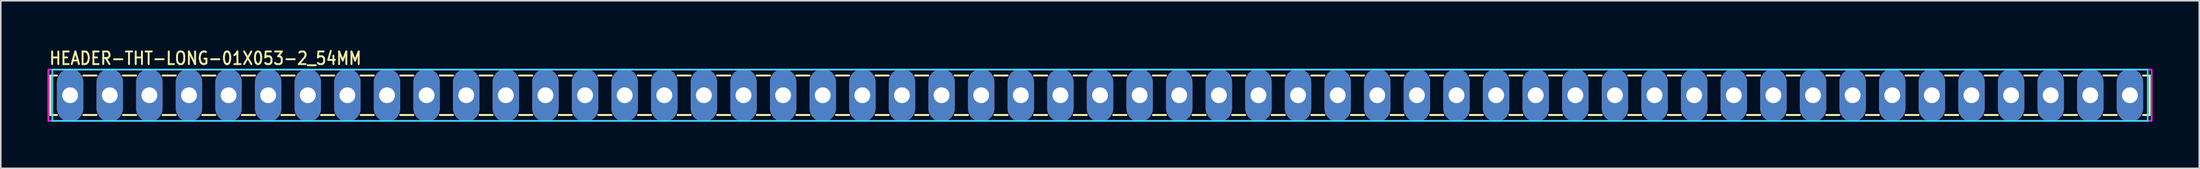
<source format=kicad_pcb>
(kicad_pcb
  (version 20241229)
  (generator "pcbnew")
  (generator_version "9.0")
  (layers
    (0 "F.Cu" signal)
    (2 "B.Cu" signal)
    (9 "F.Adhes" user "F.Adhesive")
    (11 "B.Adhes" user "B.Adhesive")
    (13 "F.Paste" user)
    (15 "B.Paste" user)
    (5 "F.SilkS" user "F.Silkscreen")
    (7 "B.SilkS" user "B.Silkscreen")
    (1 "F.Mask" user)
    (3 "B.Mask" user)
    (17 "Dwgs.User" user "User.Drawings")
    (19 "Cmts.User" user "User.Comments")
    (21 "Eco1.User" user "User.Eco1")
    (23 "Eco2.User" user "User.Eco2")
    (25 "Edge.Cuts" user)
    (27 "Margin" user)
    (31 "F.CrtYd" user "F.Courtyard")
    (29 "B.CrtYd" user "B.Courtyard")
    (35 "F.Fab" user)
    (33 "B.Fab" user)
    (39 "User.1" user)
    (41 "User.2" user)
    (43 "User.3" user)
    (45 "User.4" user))
  (footprint "HEADER-THT-LONG-01X053-2_54MM"
    (layer "F.Cu")
    (at 1.447 3.079)
    (property "Reference" "HEADER-THT-LONG-01X053-2_54MM" (at -1.4 -1.9 0) (unlocked yes) (layer "F.SilkS") (effects (font (size 0.813 0.695) (thickness 0.122)) (justify left bottom)))
    (fp_line (start -1.27 -1.27) (end -1.27 1.27) (stroke (width 0.127) (type solid)) (layer "F.SilkS"))
    (fp_line (start -1.27 1.27) (end -0.85 1.27) (stroke (width 0.127) (type solid)) (layer "F.SilkS"))
    (fp_line (start -0.85 -1.27) (end -1.27 -1.27) (stroke (width 0.127) (type solid)) (layer "F.SilkS"))
    (fp_line (start 0.85 -1.27) (end 1.69 -1.27) (stroke (width 0.127) (type solid)) (layer "F.SilkS"))
    (fp_line (start 0.85 1.27) (end 1.69 1.27) (stroke (width 0.127) (type solid)) (layer "F.SilkS"))
    (fp_line (start 3.39 -1.27) (end 4.23 -1.27) (stroke (width 0.127) (type solid)) (layer "F.SilkS"))
    (fp_line (start 3.39 1.27) (end 4.23 1.27) (stroke (width 0.127) (type solid)) (layer "F.SilkS"))
    (fp_line (start 5.93 -1.27) (end 6.77 -1.27) (stroke (width 0.127) (type solid)) (layer "F.SilkS"))
    (fp_line (start 5.93 1.27) (end 6.77 1.27) (stroke (width 0.127) (type solid)) (layer "F.SilkS"))
    (fp_line (start 8.47 -1.27) (end 9.31 -1.27) (stroke (width 0.127) (type solid)) (layer "F.SilkS"))
    (fp_line (start 8.47 1.27) (end 9.31 1.27) (stroke (width 0.127) (type solid)) (layer "F.SilkS"))
    (fp_line (start 11.01 -1.27) (end 11.85 -1.27) (stroke (width 0.127) (type solid)) (layer "F.SilkS"))
    (fp_line (start 11.01 1.27) (end 11.85 1.27) (stroke (width 0.127) (type solid)) (layer "F.SilkS"))
    (fp_line (start 13.55 -1.27) (end 14.39 -1.27) (stroke (width 0.127) (type solid)) (layer "F.SilkS"))
    (fp_line (start 13.55 1.27) (end 14.39 1.27) (stroke (width 0.127) (type solid)) (layer "F.SilkS"))
    (fp_line (start 16.09 -1.27) (end 16.93 -1.27) (stroke (width 0.127) (type solid)) (layer "F.SilkS"))
    (fp_line (start 16.09 1.27) (end 16.93 1.27) (stroke (width 0.127) (type solid)) (layer "F.SilkS"))
    (fp_line (start 18.63 -1.27) (end 19.47 -1.27) (stroke (width 0.127) (type solid)) (layer "F.SilkS"))
    (fp_line (start 18.63 1.27) (end 19.47 1.27) (stroke (width 0.127) (type solid)) (layer "F.SilkS"))
    (fp_line (start 21.17 -1.27) (end 22.01 -1.27) (stroke (width 0.127) (type solid)) (layer "F.SilkS"))
    (fp_line (start 21.17 1.27) (end 22.01 1.27) (stroke (width 0.127) (type solid)) (layer "F.SilkS"))
    (fp_line (start 23.71 -1.27) (end 24.55 -1.27) (stroke (width 0.127) (type solid)) (layer "F.SilkS"))
    (fp_line (start 23.71 1.27) (end 24.55 1.27) (stroke (width 0.127) (type solid)) (layer "F.SilkS"))
    (fp_line (start 26.25 -1.27) (end 27.09 -1.27) (stroke (width 0.127) (type solid)) (layer "F.SilkS"))
    (fp_line (start 26.25 1.27) (end 27.09 1.27) (stroke (width 0.127) (type solid)) (layer "F.SilkS"))
    (fp_line (start 28.79 -1.27) (end 29.63 -1.27) (stroke (width 0.127) (type solid)) (layer "F.SilkS"))
    (fp_line (start 28.79 1.27) (end 29.63 1.27) (stroke (width 0.127) (type solid)) (layer "F.SilkS"))
    (fp_line (start 31.33 -1.27) (end 32.17 -1.27) (stroke (width 0.127) (type solid)) (layer "F.SilkS"))
    (fp_line (start 31.33 1.27) (end 32.17 1.27) (stroke (width 0.127) (type solid)) (layer "F.SilkS"))
    (fp_line (start 33.87 -1.27) (end 34.71 -1.27) (stroke (width 0.127) (type solid)) (layer "F.SilkS"))
    (fp_line (start 33.87 1.27) (end 34.71 1.27) (stroke (width 0.127) (type solid)) (layer "F.SilkS"))
    (fp_line (start 36.41 -1.27) (end 37.25 -1.27) (stroke (width 0.127) (type solid)) (layer "F.SilkS"))
    (fp_line (start 36.41 1.27) (end 37.25 1.27) (stroke (width 0.127) (type solid)) (layer "F.SilkS"))
    (fp_line (start 38.95 -1.27) (end 39.79 -1.27) (stroke (width 0.127) (type solid)) (layer "F.SilkS"))
    (fp_line (start 38.95 1.27) (end 39.79 1.27) (stroke (width 0.127) (type solid)) (layer "F.SilkS"))
    (fp_line (start 41.49 -1.27) (end 42.33 -1.27) (stroke (width 0.127) (type solid)) (layer "F.SilkS"))
    (fp_line (start 41.49 1.27) (end 42.33 1.27) (stroke (width 0.127) (type solid)) (layer "F.SilkS"))
    (fp_line (start 44.03 -1.27) (end 44.87 -1.27) (stroke (width 0.127) (type solid)) (layer "F.SilkS"))
    (fp_line (start 44.03 1.27) (end 44.87 1.27) (stroke (width 0.127) (type solid)) (layer "F.SilkS"))
    (fp_line (start 46.57 -1.27) (end 47.41 -1.27) (stroke (width 0.127) (type solid)) (layer "F.SilkS"))
    (fp_line (start 46.57 1.27) (end 47.41 1.27) (stroke (width 0.127) (type solid)) (layer "F.SilkS"))
    (fp_line (start 49.11 -1.27) (end 49.95 -1.27) (stroke (width 0.127) (type solid)) (layer "F.SilkS"))
    (fp_line (start 49.11 1.27) (end 49.95 1.27) (stroke (width 0.127) (type solid)) (layer "F.SilkS"))
    (fp_line (start 51.65 -1.27) (end 52.49 -1.27) (stroke (width 0.127) (type solid)) (layer "F.SilkS"))
    (fp_line (start 51.65 1.27) (end 52.49 1.27) (stroke (width 0.127) (type solid)) (layer "F.SilkS"))
    (fp_line (start 54.19 -1.27) (end 55.03 -1.27) (stroke (width 0.127) (type solid)) (layer "F.SilkS"))
    (fp_line (start 54.19 1.27) (end 55.03 1.27) (stroke (width 0.127) (type solid)) (layer "F.SilkS"))
    (fp_line (start 56.73 -1.27) (end 57.57 -1.27) (stroke (width 0.127) (type solid)) (layer "F.SilkS"))
    (fp_line (start 56.73 1.27) (end 57.57 1.27) (stroke (width 0.127) (type solid)) (layer "F.SilkS"))
    (fp_line (start 59.27 -1.27) (end 60.11 -1.27) (stroke (width 0.127) (type solid)) (layer "F.SilkS"))
    (fp_line (start 59.27 1.27) (end 60.11 1.27) (stroke (width 0.127) (type solid)) (layer "F.SilkS"))
    (fp_line (start 61.81 -1.27) (end 62.65 -1.27) (stroke (width 0.127) (type solid)) (layer "F.SilkS"))
    (fp_line (start 61.81 1.27) (end 62.65 1.27) (stroke (width 0.127) (type solid)) (layer "F.SilkS"))
    (fp_line (start 64.35 -1.27) (end 65.19 -1.27) (stroke (width 0.127) (type solid)) (layer "F.SilkS"))
    (fp_line (start 64.35 1.27) (end 65.19 1.27) (stroke (width 0.127) (type solid)) (layer "F.SilkS"))
    (fp_line (start 66.89 -1.27) (end 67.73 -1.27) (stroke (width 0.127) (type solid)) (layer "F.SilkS"))
    (fp_line (start 66.89 1.27) (end 67.73 1.27) (stroke (width 0.127) (type solid)) (layer "F.SilkS"))
    (fp_line (start 69.43 -1.27) (end 70.27 -1.27) (stroke (width 0.127) (type solid)) (layer "F.SilkS"))
    (fp_line (start 69.43 1.27) (end 70.27 1.27) (stroke (width 0.127) (type solid)) (layer "F.SilkS"))
    (fp_line (start 71.97 -1.27) (end 72.81 -1.27) (stroke (width 0.127) (type solid)) (layer "F.SilkS"))
    (fp_line (start 71.97 1.27) (end 72.81 1.27) (stroke (width 0.127) (type solid)) (layer "F.SilkS"))
    (fp_line (start 74.51 -1.27) (end 75.35 -1.27) (stroke (width 0.127) (type solid)) (layer "F.SilkS"))
    (fp_line (start 74.51 1.27) (end 75.35 1.27) (stroke (width 0.127) (type solid)) (layer "F.SilkS"))
    (fp_line (start 77.05 -1.27) (end 77.89 -1.27) (stroke (width 0.127) (type solid)) (layer "F.SilkS"))
    (fp_line (start 77.05 1.27) (end 77.89 1.27) (stroke (width 0.127) (type solid)) (layer "F.SilkS"))
    (fp_line (start 79.59 -1.27) (end 80.43 -1.27) (stroke (width 0.127) (type solid)) (layer "F.SilkS"))
    (fp_line (start 79.59 1.27) (end 80.43 1.27) (stroke (width 0.127) (type solid)) (layer "F.SilkS"))
    (fp_line (start 82.13 -1.27) (end 82.97 -1.27) (stroke (width 0.127) (type solid)) (layer "F.SilkS"))
    (fp_line (start 82.13 1.27) (end 82.97 1.27) (stroke (width 0.127) (type solid)) (layer "F.SilkS"))
    (fp_line (start 84.67 -1.27) (end 85.51 -1.27) (stroke (width 0.127) (type solid)) (layer "F.SilkS"))
    (fp_line (start 84.67 1.27) (end 85.51 1.27) (stroke (width 0.127) (type solid)) (layer "F.SilkS"))
    (fp_line (start 87.21 -1.27) (end 88.05 -1.27) (stroke (width 0.127) (type solid)) (layer "F.SilkS"))
    (fp_line (start 87.21 1.27) (end 88.05 1.27) (stroke (width 0.127) (type solid)) (layer "F.SilkS"))
    (fp_line (start 89.75 -1.27) (end 90.59 -1.27) (stroke (width 0.127) (type solid)) (layer "F.SilkS"))
    (fp_line (start 89.75 1.27) (end 90.59 1.27) (stroke (width 0.127) (type solid)) (layer "F.SilkS"))
    (fp_line (start 92.29 -1.27) (end 93.13 -1.27) (stroke (width 0.127) (type solid)) (layer "F.SilkS"))
    (fp_line (start 92.29 1.27) (end 93.13 1.27) (stroke (width 0.127) (type solid)) (layer "F.SilkS"))
    (fp_line (start 94.83 -1.27) (end 95.67 -1.27) (stroke (width 0.127) (type solid)) (layer "F.SilkS"))
    (fp_line (start 94.83 1.27) (end 95.67 1.27) (stroke (width 0.127) (type solid)) (layer "F.SilkS"))
    (fp_line (start 97.37 -1.27) (end 98.21 -1.27) (stroke (width 0.127) (type solid)) (layer "F.SilkS"))
    (fp_line (start 97.37 1.27) (end 98.21 1.27) (stroke (width 0.127) (type solid)) (layer "F.SilkS"))
    (fp_line (start 99.91 -1.27) (end 100.75 -1.27) (stroke (width 0.127) (type solid)) (layer "F.SilkS"))
    (fp_line (start 99.91 1.27) (end 100.75 1.27) (stroke (width 0.127) (type solid)) (layer "F.SilkS"))
    (fp_line (start 102.45 -1.27) (end 103.29 -1.27) (stroke (width 0.127) (type solid)) (layer "F.SilkS"))
    (fp_line (start 102.45 1.27) (end 103.29 1.27) (stroke (width 0.127) (type solid)) (layer "F.SilkS"))
    (fp_line (start 104.99 -1.27) (end 105.83 -1.27) (stroke (width 0.127) (type solid)) (layer "F.SilkS"))
    (fp_line (start 104.99 1.27) (end 105.83 1.27) (stroke (width 0.127) (type solid)) (layer "F.SilkS"))
    (fp_line (start 107.53 -1.27) (end 108.37 -1.27) (stroke (width 0.127) (type solid)) (layer "F.SilkS"))
    (fp_line (start 107.53 1.27) (end 108.37 1.27) (stroke (width 0.127) (type solid)) (layer "F.SilkS"))
    (fp_line (start 110.07 -1.27) (end 110.91 -1.27) (stroke (width 0.127) (type solid)) (layer "F.SilkS"))
    (fp_line (start 110.07 1.27) (end 110.91 1.27) (stroke (width 0.127) (type solid)) (layer "F.SilkS"))
    (fp_line (start 112.61 -1.27) (end 113.45 -1.27) (stroke (width 0.127) (type solid)) (layer "F.SilkS"))
    (fp_line (start 112.61 1.27) (end 113.45 1.27) (stroke (width 0.127) (type solid)) (layer "F.SilkS"))
    (fp_line (start 115.15 -1.27) (end 115.99 -1.27) (stroke (width 0.127) (type solid)) (layer "F.SilkS"))
    (fp_line (start 115.15 1.27) (end 115.99 1.27) (stroke (width 0.127) (type solid)) (layer "F.SilkS"))
    (fp_line (start 117.69 -1.27) (end 118.53 -1.27) (stroke (width 0.127) (type solid)) (layer "F.SilkS"))
    (fp_line (start 117.69 1.27) (end 118.53 1.27) (stroke (width 0.127) (type solid)) (layer "F.SilkS"))
    (fp_line (start 120.23 -1.27) (end 121.07 -1.27) (stroke (width 0.127) (type solid)) (layer "F.SilkS"))
    (fp_line (start 120.23 1.27) (end 121.07 1.27) (stroke (width 0.127) (type solid)) (layer "F.SilkS"))
    (fp_line (start 122.77 -1.27) (end 123.61 -1.27) (stroke (width 0.127) (type solid)) (layer "F.SilkS"))
    (fp_line (start 122.77 1.27) (end 123.61 1.27) (stroke (width 0.127) (type solid)) (layer "F.SilkS"))
    (fp_line (start 125.31 -1.27) (end 126.15 -1.27) (stroke (width 0.127) (type solid)) (layer "F.SilkS"))
    (fp_line (start 125.31 1.27) (end 126.15 1.27) (stroke (width 0.127) (type solid)) (layer "F.SilkS"))
    (fp_line (start 127.85 -1.27) (end 128.69 -1.27) (stroke (width 0.127) (type solid)) (layer "F.SilkS"))
    (fp_line (start 127.85 1.27) (end 128.69 1.27) (stroke (width 0.127) (type solid)) (layer "F.SilkS"))
    (fp_line (start 130.39 -1.27) (end 131.23 -1.27) (stroke (width 0.127) (type solid)) (layer "F.SilkS"))
    (fp_line (start 130.39 1.27) (end 131.23 1.27) (stroke (width 0.127) (type solid)) (layer "F.SilkS"))
    (fp_line (start 132.93 -1.27) (end 133.35 -1.27) (stroke (width 0.127) (type solid)) (layer "F.SilkS"))
    (fp_line (start 133.35 -1.27) (end 133.35 1.27) (stroke (width 0.127) (type solid)) (layer "F.SilkS"))
    (fp_line (start 133.35 1.27) (end 132.93 1.27) (stroke (width 0.127) (type solid)) (layer "F.SilkS"))
    (fp_poly (pts (xy -1.143 -1.651) (xy 133.223 -1.651) (xy 133.223 1.651) (xy -1.143 1.651)) (stroke (width 0.1) (type solid)) (fill no) (layer "B.CrtYd"))
    (fp_poly (pts (xy -1.397 -1.651) (xy 133.477 -1.651) (xy 133.477 1.651) (xy -1.397 1.651)) (stroke (width 0.1) (type solid)) (fill no) (layer "F.CrtYd"))
    (pad "P$1" thru_hole oval (at 0 0 90) (size 3.387 1.693) (drill 1.016) (layers "*.Cu" "*.Mask"))
    (pad "P$2" thru_hole oval (at 2.54 0 90) (size 3.387 1.693) (drill 1.016) (layers "*.Cu" "*.Mask"))
    (pad "P$3" thru_hole oval (at 5.08 0 90) (size 3.387 1.693) (drill 1.016) (layers "*.Cu" "*.Mask"))
    (pad "P$4" thru_hole oval (at 7.62 0 90) (size 3.387 1.693) (drill 1.016) (layers "*.Cu" "*.Mask"))
    (pad "P$5" thru_hole oval (at 10.16 0 90) (size 3.387 1.693) (drill 1.016) (layers "*.Cu" "*.Mask"))
    (pad "P$6" thru_hole oval (at 12.7 0 90) (size 3.387 1.693) (drill 1.016) (layers "*.Cu" "*.Mask"))
    (pad "P$7" thru_hole oval (at 15.24 0 90) (size 3.387 1.693) (drill 1.016) (layers "*.Cu" "*.Mask"))
    (pad "P$8" thru_hole oval (at 17.78 0 90) (size 3.387 1.693) (drill 1.016) (layers "*.Cu" "*.Mask"))
    (pad "P$9" thru_hole oval (at 20.32 0 90) (size 3.387 1.693) (drill 1.016) (layers "*.Cu" "*.Mask"))
    (pad "P$10" thru_hole oval (at 22.86 0 90) (size 3.387 1.693) (drill 1.016) (layers "*.Cu" "*.Mask"))
    (pad "P$11" thru_hole oval (at 25.4 0 90) (size 3.387 1.693) (drill 1.016) (layers "*.Cu" "*.Mask"))
    (pad "P$12" thru_hole oval (at 27.94 0 90) (size 3.387 1.693) (drill 1.016) (layers "*.Cu" "*.Mask"))
    (pad "P$13" thru_hole oval (at 30.48 0 90) (size 3.387 1.693) (drill 1.016) (layers "*.Cu" "*.Mask"))
    (pad "P$14" thru_hole oval (at 33.02 0 90) (size 3.387 1.693) (drill 1.016) (layers "*.Cu" "*.Mask"))
    (pad "P$15" thru_hole oval (at 35.56 0 90) (size 3.387 1.693) (drill 1.016) (layers "*.Cu" "*.Mask"))
    (pad "P$16" thru_hole oval (at 38.1 0 90) (size 3.387 1.693) (drill 1.016) (layers "*.Cu" "*.Mask"))
    (pad "P$17" thru_hole oval (at 40.64 0 90) (size 3.387 1.693) (drill 1.016) (layers "*.Cu" "*.Mask"))
    (pad "P$18" thru_hole oval (at 43.18 0 90) (size 3.387 1.693) (drill 1.016) (layers "*.Cu" "*.Mask"))
    (pad "P$19" thru_hole oval (at 45.72 0 90) (size 3.387 1.693) (drill 1.016) (layers "*.Cu" "*.Mask"))
    (pad "P$20" thru_hole oval (at 48.26 0 90) (size 3.387 1.693) (drill 1.016) (layers "*.Cu" "*.Mask"))
    (pad "P$21" thru_hole oval (at 50.8 0 90) (size 3.387 1.693) (drill 1.016) (layers "*.Cu" "*.Mask"))
    (pad "P$22" thru_hole oval (at 53.34 0 90) (size 3.387 1.693) (drill 1.016) (layers "*.Cu" "*.Mask"))
    (pad "P$23" thru_hole oval (at 55.88 0 90) (size 3.387 1.693) (drill 1.016) (layers "*.Cu" "*.Mask"))
    (pad "P$24" thru_hole oval (at 58.42 0 90) (size 3.387 1.693) (drill 1.016) (layers "*.Cu" "*.Mask"))
    (pad "P$25" thru_hole oval (at 60.96 0 90) (size 3.387 1.693) (drill 1.016) (layers "*.Cu" "*.Mask"))
    (pad "P$26" thru_hole oval (at 63.5 0 90) (size 3.387 1.693) (drill 1.016) (layers "*.Cu" "*.Mask"))
    (pad "P$27" thru_hole oval (at 66.04 0 90) (size 3.387 1.693) (drill 1.016) (layers "*.Cu" "*.Mask"))
    (pad "P$28" thru_hole oval (at 68.58 0 90) (size 3.387 1.693) (drill 1.016) (layers "*.Cu" "*.Mask"))
    (pad "P$29" thru_hole oval (at 71.12 0 90) (size 3.387 1.693) (drill 1.016) (layers "*.Cu" "*.Mask"))
    (pad "P$30" thru_hole oval (at 73.66 0 90) (size 3.387 1.693) (drill 1.016) (layers "*.Cu" "*.Mask"))
    (pad "P$31" thru_hole oval (at 76.2 0 90) (size 3.387 1.693) (drill 1.016) (layers "*.Cu" "*.Mask"))
    (pad "P$32" thru_hole oval (at 78.74 0 90) (size 3.387 1.693) (drill 1.016) (layers "*.Cu" "*.Mask"))
    (pad "P$33" thru_hole oval (at 81.28 0 90) (size 3.387 1.693) (drill 1.016) (layers "*.Cu" "*.Mask"))
    (pad "P$34" thru_hole oval (at 83.82 0 90) (size 3.387 1.693) (drill 1.016) (layers "*.Cu" "*.Mask"))
    (pad "P$35" thru_hole oval (at 86.36 0 90) (size 3.387 1.693) (drill 1.016) (layers "*.Cu" "*.Mask"))
    (pad "P$36" thru_hole oval (at 88.9 0 90) (size 3.387 1.693) (drill 1.016) (layers "*.Cu" "*.Mask"))
    (pad "P$37" thru_hole oval (at 91.44 0 90) (size 3.387 1.693) (drill 1.016) (layers "*.Cu" "*.Mask"))
    (pad "P$38" thru_hole oval (at 93.98 0 90) (size 3.387 1.693) (drill 1.016) (layers "*.Cu" "*.Mask"))
    (pad "P$39" thru_hole oval (at 96.52 0 90) (size 3.387 1.693) (drill 1.016) (layers "*.Cu" "*.Mask"))
    (pad "P$40" thru_hole oval (at 99.06 0 90) (size 3.387 1.693) (drill 1.016) (layers "*.Cu" "*.Mask"))
    (pad "P$41" thru_hole oval (at 101.6 0 90) (size 3.387 1.693) (drill 1.016) (layers "*.Cu" "*.Mask"))
    (pad "P$42" thru_hole oval (at 104.14 0 90) (size 3.387 1.693) (drill 1.016) (layers "*.Cu" "*.Mask"))
    (pad "P$43" thru_hole oval (at 106.68 0 90) (size 3.387 1.693) (drill 1.016) (layers "*.Cu" "*.Mask"))
    (pad "P$44" thru_hole oval (at 109.22 0 90) (size 3.387 1.693) (drill 1.016) (layers "*.Cu" "*.Mask"))
    (pad "P$45" thru_hole oval (at 111.76 0 90) (size 3.387 1.693) (drill 1.016) (layers "*.Cu" "*.Mask"))
    (pad "P$46" thru_hole oval (at 114.3 0 90) (size 3.387 1.693) (drill 1.016) (layers "*.Cu" "*.Mask"))
    (pad "P$47" thru_hole oval (at 116.84 0 90) (size 3.387 1.693) (drill 1.016) (layers "*.Cu" "*.Mask"))
    (pad "P$48" thru_hole oval (at 119.38 0 90) (size 3.387 1.693) (drill 1.016) (layers "*.Cu" "*.Mask"))
    (pad "P$49" thru_hole oval (at 121.92 0 90) (size 3.387 1.693) (drill 1.016) (layers "*.Cu" "*.Mask"))
    (pad "P$50" thru_hole oval (at 124.46 0 90) (size 3.387 1.693) (drill 1.016) (layers "*.Cu" "*.Mask"))
    (pad "P$51" thru_hole oval (at 127 0 90) (size 3.387 1.693) (drill 1.016) (layers "*.Cu" "*.Mask"))
    (pad "P$52" thru_hole oval (at 129.54 0 90) (size 3.387 1.693) (drill 1.016) (layers "*.Cu" "*.Mask"))
    (pad "P$53" thru_hole oval (at 132.08 0 90) (size 3.387 1.693) (drill 1.016) (layers "*.Cu" "*.Mask")))
  (gr_rect
    (start -3 -3)
    (end 137.974 7.78)
    (stroke (width 0.1) (type default))
    (fill no)
    (layer "Edge.Cuts")))
</source>
